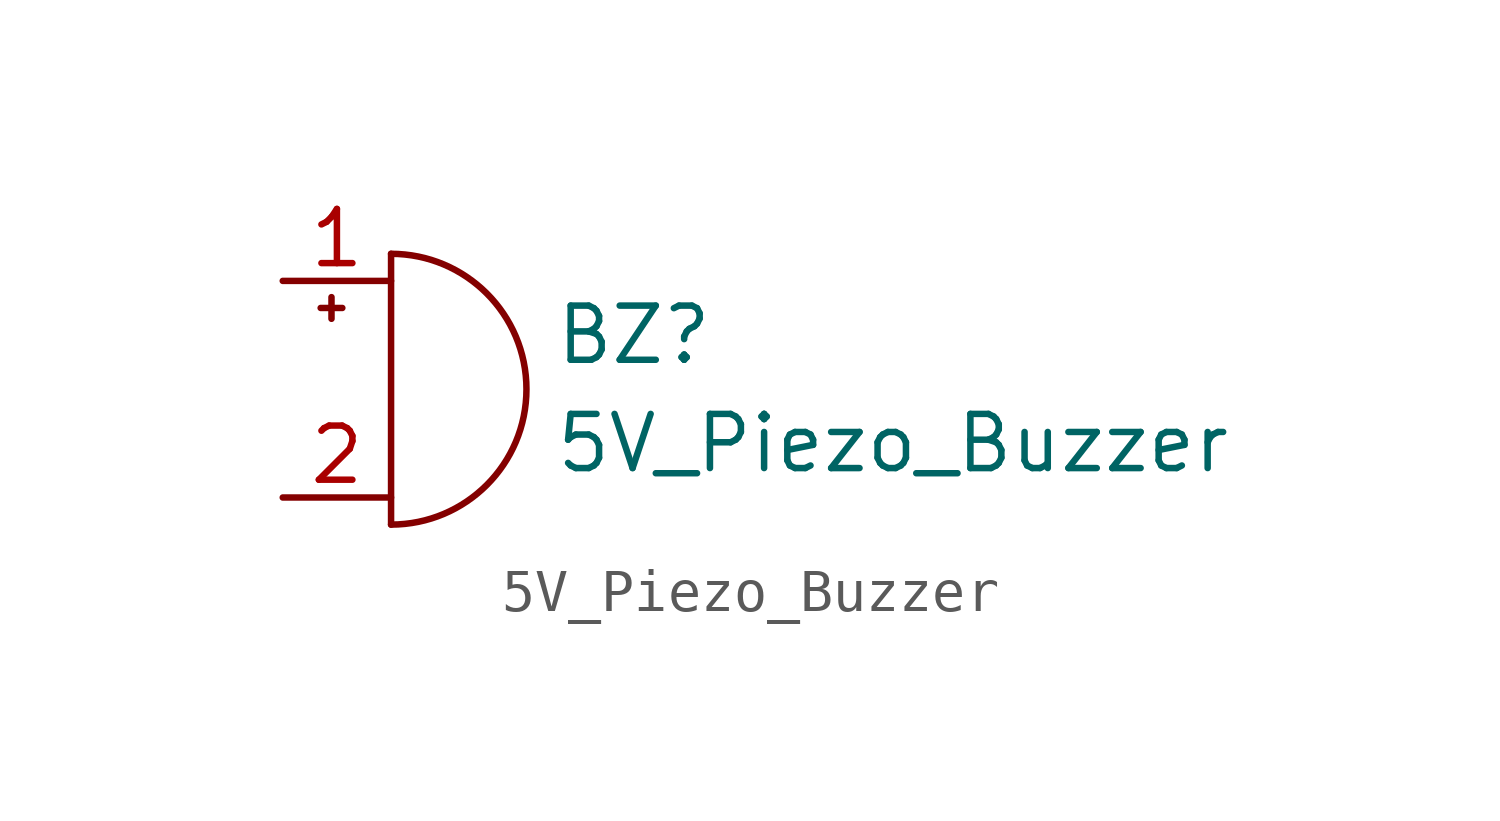
<source format=kicad_sym>
(kicad_symbol_lib
  (version 20211014)
  (generator kicad_symbol_editor)
  (symbol "5V_Piezo_Buzzer"
    (pin_names
      (offset 0.025) hide)
    (property "Reference" "BZ"
      (at 3.81 1.27 0)
      (effects (font (size 1.27 1.27)) (justify left)))
    (property "Value" "5V_Piezo_Buzzer"
      (at 3.81 -1.27 0)
      (effects (font (size 1.27 1.27)) (justify left)))
    (symbol "5V_Piezo_Buzzer_0_1"
      (arc (start 0 -3.175) (mid 3.175 0) (end 0 3.175) (stroke (width 0) (type default) (color 0 0 0 0)) (fill (type none)))
      (polyline (pts (xy -1.651 1.905) (xy -1.143 1.905)) (stroke (width 0) (type default) (color 0 0 0 0)) (fill (type none)))
      (polyline (pts (xy -1.397 2.159) (xy -1.397 1.651)) (stroke (width 0) (type default) (color 0 0 0 0)) (fill (type none)))
      (polyline (pts (xy 0 3.175) (xy 0 -3.175)) (stroke (width 0) (type default) (color 0 0 0 0)) (fill (type none))))
    (symbol "5V_Piezo_Buzzer_1_1"
      (pin passive line (at -2.54 2.54 0) (length 2.54) (name "-" (effects (font (size 1.27 1.27)))) (number "1" (effects (font (size 1.27 1.27)))))
      (pin passive line (at -2.54 -2.54 0) (length 2.54) (name "+" (effects (font (size 1.27 1.27)))) (number "2" (effects (font (size 1.27 1.27))))))))
</source>
